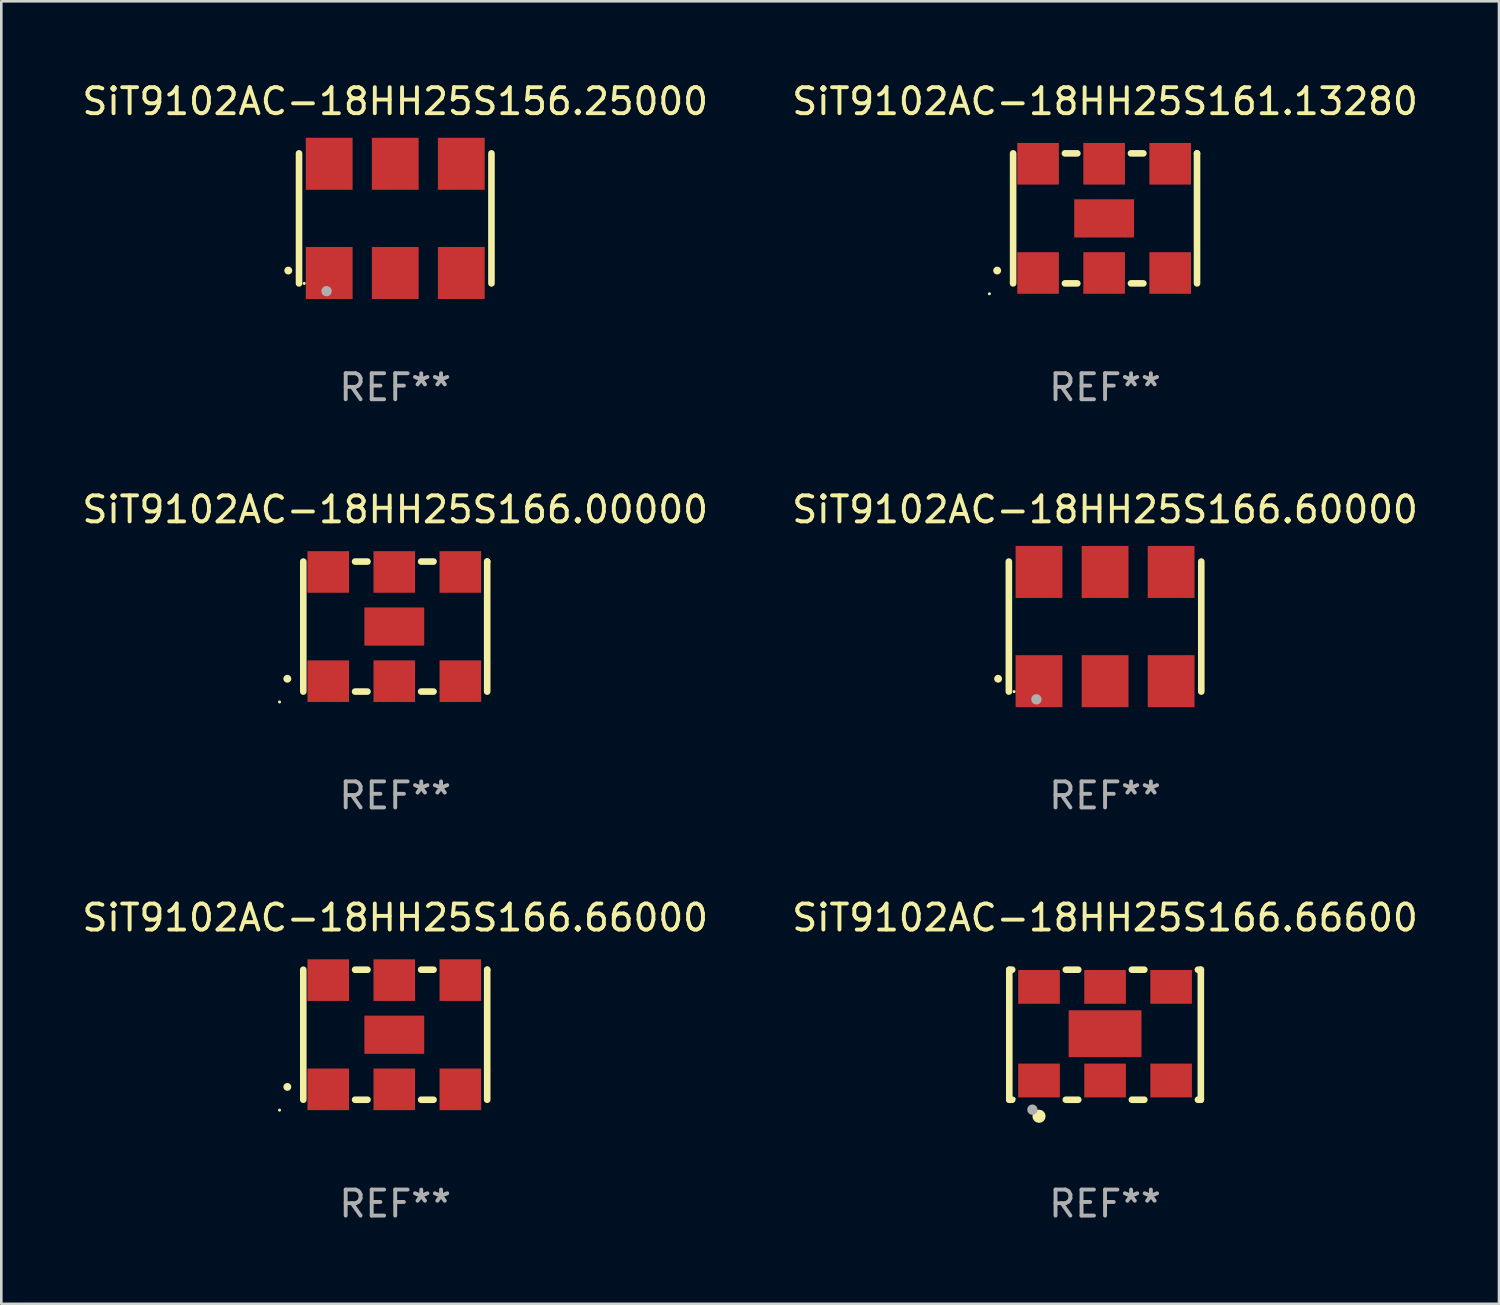
<source format=kicad_pcb>
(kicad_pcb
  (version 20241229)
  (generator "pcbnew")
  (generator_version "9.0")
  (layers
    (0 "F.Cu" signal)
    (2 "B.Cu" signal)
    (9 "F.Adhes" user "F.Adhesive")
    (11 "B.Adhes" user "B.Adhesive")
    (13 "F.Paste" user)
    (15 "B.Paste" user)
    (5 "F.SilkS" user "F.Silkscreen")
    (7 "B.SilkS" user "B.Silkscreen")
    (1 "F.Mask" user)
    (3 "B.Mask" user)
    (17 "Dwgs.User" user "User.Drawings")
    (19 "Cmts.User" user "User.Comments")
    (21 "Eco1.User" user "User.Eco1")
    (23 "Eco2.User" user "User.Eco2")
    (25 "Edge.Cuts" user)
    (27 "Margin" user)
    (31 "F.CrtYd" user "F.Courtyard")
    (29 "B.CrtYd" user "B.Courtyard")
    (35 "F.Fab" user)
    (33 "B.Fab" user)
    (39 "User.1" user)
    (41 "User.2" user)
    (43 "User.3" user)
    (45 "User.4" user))
  (footprint "SiT9102AC-18HH25S166.00000"
    (layer "F.Cu")
    (at 12.149 21.045)
    (property "Reference" "SiT9102AC-18HH25S166.00000" (at 0 -4.5 0) (layer "F.SilkS") (effects (font (size 1 1) (thickness 0.15))))
    (attr through_hole)
    (fp_line (start -3.536 -2.5) (end -3.536 2.5) (stroke (width 0.254) (type solid)) (layer "F.SilkS"))
    (fp_line (start -1.544 2.5) (end -1.067 2.5) (stroke (width 0.254) (type solid)) (layer "F.SilkS"))
    (fp_line (start -1.067 -2.5) (end -1.544 -2.5) (stroke (width 0.254) (type solid)) (layer "F.SilkS"))
    (fp_line (start 0.996 2.5) (end 1.473 2.5) (stroke (width 0.254) (type solid)) (layer "F.SilkS"))
    (fp_line (start 1.473 -2.5) (end 0.996 -2.5) (stroke (width 0.254) (type solid)) (layer "F.SilkS"))
    (fp_line (start 3.536 -2.5) (end 3.536 -2.5) (stroke (width 0.254) (type solid)) (layer "F.SilkS"))
    (fp_line (start 3.536 2.5) (end 3.536 -2.5) (stroke (width 0.254) (type solid)) (layer "F.SilkS"))
    (fp_arc (start -4.150432 2.006604) (mid -4.149162 2.006599) (end -4.147892 2.006604) (stroke (width 0.3) (type solid)) (layer "F.SilkS"))
    (fp_circle (center -4.449 2.9) (end -4.419 2.9) (stroke (width 0.06) (type solid)) (fill no) (layer "F.SilkS"))
    (fp_text user "REF**" (at 0 6.5 0) (layer "F.Fab") (effects (font (size 1 1) (thickness 0.15))))
    (pad "1" smd rect (at -2.576 2.1) (size 1.6 1.6) (layers "F.Cu" "F.Mask" "F.Paste"))
    (pad "2" smd rect (at -0.036 2.1) (size 1.6 1.6) (layers "F.Cu" "F.Mask" "F.Paste"))
    (pad "3" smd rect (at 2.504 2.1) (size 1.6 1.6) (layers "F.Cu" "F.Mask" "F.Paste"))
    (pad "4" smd rect (at 2.504 -2.1) (size 1.6 1.6) (layers "F.Cu" "F.Mask" "F.Paste"))
    (pad "5" smd rect (at -0.036 -2.1) (size 1.6 1.6) (layers "F.Cu" "F.Mask" "F.Paste"))
    (pad "6" smd rect (at -2.576 -2.1) (size 1.6 1.6) (layers "F.Cu" "F.Mask" "F.Paste"))
    (pad "7" smd rect (at -0.036 0) (size 2.3 1.47) (layers "F.Cu" "F.Mask" "F.Paste")))
  (footprint "SiT9102AC-18HH25S161.13280"
    (layer "F.Cu")
    (at 39.446 5.348)
    (property "Reference" "SiT9102AC-18HH25S161.13280" (at 0 -4.5 0) (layer "F.SilkS") (effects (font (size 1 1) (thickness 0.15))))
    (attr through_hole)
    (fp_line (start -3.536 -2.5) (end -3.536 2.5) (stroke (width 0.254) (type solid)) (layer "F.SilkS"))
    (fp_line (start -1.544 2.5) (end -1.067 2.5) (stroke (width 0.254) (type solid)) (layer "F.SilkS"))
    (fp_line (start -1.067 -2.5) (end -1.544 -2.5) (stroke (width 0.254) (type solid)) (layer "F.SilkS"))
    (fp_line (start 0.996 2.5) (end 1.473 2.5) (stroke (width 0.254) (type solid)) (layer "F.SilkS"))
    (fp_line (start 1.473 -2.5) (end 0.996 -2.5) (stroke (width 0.254) (type solid)) (layer "F.SilkS"))
    (fp_line (start 3.536 -2.5) (end 3.536 -2.5) (stroke (width 0.254) (type solid)) (layer "F.SilkS"))
    (fp_line (start 3.536 2.5) (end 3.536 -2.5) (stroke (width 0.254) (type solid)) (layer "F.SilkS"))
    (fp_arc (start -4.150432 2.006604) (mid -4.149162 2.006599) (end -4.147892 2.006604) (stroke (width 0.3) (type solid)) (layer "F.SilkS"))
    (fp_circle (center -4.449 2.9) (end -4.419 2.9) (stroke (width 0.06) (type solid)) (fill no) (layer "F.SilkS"))
    (fp_text user "REF**" (at 0 6.5 0) (layer "F.Fab") (effects (font (size 1 1) (thickness 0.15))))
    (pad "1" smd rect (at -2.576 2.1) (size 1.6 1.6) (layers "F.Cu" "F.Mask" "F.Paste"))
    (pad "2" smd rect (at -0.036 2.1) (size 1.6 1.6) (layers "F.Cu" "F.Mask" "F.Paste"))
    (pad "3" smd rect (at 2.504 2.1) (size 1.6 1.6) (layers "F.Cu" "F.Mask" "F.Paste"))
    (pad "4" smd rect (at 2.504 -2.1) (size 1.6 1.6) (layers "F.Cu" "F.Mask" "F.Paste"))
    (pad "5" smd rect (at -0.036 -2.1) (size 1.6 1.6) (layers "F.Cu" "F.Mask" "F.Paste"))
    (pad "6" smd rect (at -2.576 -2.1) (size 1.6 1.6) (layers "F.Cu" "F.Mask" "F.Paste"))
    (pad "7" smd rect (at -0.036 0) (size 2.3 1.47) (layers "F.Cu" "F.Mask" "F.Paste")))
  (footprint "SiT9102AC-18HH25S166.60000"
    (layer "F.Cu")
    (at 39.446 21.045)
    (property "Reference" "SiT9102AC-18HH25S166.60000" (at 0 -4.5 0) (layer "F.SilkS") (effects (font (size 1 1) (thickness 0.15))))
    (attr through_hole)
    (fp_line (start -3.7 -2.5) (end -3.7 2.5) (stroke (width 0.254) (type solid)) (layer "F.SilkS"))
    (fp_line (start 3.7 -2.5) (end 3.7 2.5) (stroke (width 0.254) (type solid)) (layer "F.SilkS"))
    (fp_arc (start -4.114415 2.006604) (mid -4.113145 2.006599) (end -4.111875 2.006604) (stroke (width 0.3) (type solid)) (layer "F.SilkS"))
    (fp_circle (center -3.5 2.501) (end -3.47 2.501) (stroke (width 0.06) (type solid)) (fill no) (layer "F.SilkS"))
    (fp_circle (center -2.641 2.799) (end -2.541 2.799) (stroke (width 0.2) (type solid)) (fill no) (layer "F.Fab"))
    (fp_text user "REF**" (at 0 6.5 0) (layer "F.Fab") (effects (font (size 1 1) (thickness 0.15))))
    (pad "1" smd rect (at -2.54 2.1) (size 1.8 2) (layers "F.Cu" "F.Mask" "F.Paste"))
    (pad "2" smd rect (at 0.000394 2.1) (size 1.8 2) (layers "F.Cu" "F.Mask" "F.Paste"))
    (pad "3" smd rect (at 2.54 2.1) (size 1.8 2) (layers "F.Cu" "F.Mask" "F.Paste"))
    (pad "4" smd rect (at 2.54 -2.1) (size 1.8 2) (layers "F.Cu" "F.Mask" "F.Paste"))
    (pad "5" smd rect (at 0.000394 -2.1) (size 1.8 2) (layers "F.Cu" "F.Mask" "F.Paste"))
    (pad "6" smd rect (at -2.54 -2.1) (size 1.8 2) (layers "F.Cu" "F.Mask" "F.Paste")))
  (footprint "SiT9102AC-18HH25S166.66600"
    (layer "F.Cu")
    (at 39.446 36.741)
    (property "Reference" "SiT9102AC-18HH25S166.66600" (at 0 -4.5 0) (layer "F.SilkS") (effects (font (size 1 1) (thickness 0.15))))
    (attr through_hole)
    (fp_line (start -3.683 -2.5) (end -3.571 -2.5) (stroke (width 0.254) (type solid)) (layer "F.SilkS"))
    (fp_line (start -3.683 2.5) (end -3.683 -2.5) (stroke (width 0.254) (type solid)) (layer "F.SilkS"))
    (fp_line (start -3.683 2.5) (end -3.571 2.5) (stroke (width 0.254) (type solid)) (layer "F.SilkS"))
    (fp_line (start -1.509 -2.5) (end -1.031 -2.5) (stroke (width 0.254) (type solid)) (layer "F.SilkS"))
    (fp_line (start -1.509 2.5) (end -1.031 2.5) (stroke (width 0.254) (type solid)) (layer "F.SilkS"))
    (fp_line (start 1.031 -2.5) (end 1.509 -2.5) (stroke (width 0.254) (type solid)) (layer "F.SilkS"))
    (fp_line (start 1.031 2.5) (end 1.509 2.5) (stroke (width 0.254) (type solid)) (layer "F.SilkS"))
    (fp_line (start 3.571 -2.5) (end 3.683 -2.5) (stroke (width 0.254) (type solid)) (layer "F.SilkS"))
    (fp_line (start 3.571 2.5) (end 3.683 2.5) (stroke (width 0.254) (type solid)) (layer "F.SilkS"))
    (fp_line (start 3.683 2.5) (end 3.683 -2.5) (stroke (width 0.254) (type solid)) (layer "F.SilkS"))
    (fp_circle (center -3.5 2.46) (end -3.47 2.46) (stroke (width 0.06) (type solid)) (fill no) (layer "F.SilkS"))
    (fp_circle (center -2.54 3.135) (end -2.413 3.135) (stroke (width 0.254) (type solid)) (fill no) (layer "F.SilkS"))
    (fp_circle (center -2.794 2.881) (end -2.694 2.881) (stroke (width 0.2) (type solid)) (fill no) (layer "F.Fab"))
    (fp_text user "REF**" (at 0 6.5 0) (layer "F.Fab") (effects (font (size 1 1) (thickness 0.15))))
    (pad "1" smd rect (at -2.54 1.76) (size 1.6 1.3) (layers "F.Cu" "F.Mask" "F.Paste"))
    (pad "2" smd rect (at 0 1.76) (size 1.6 1.3) (layers "F.Cu" "F.Mask" "F.Paste"))
    (pad "3" smd rect (at 2.54 1.76) (size 1.6 1.3) (layers "F.Cu" "F.Mask" "F.Paste"))
    (pad "4" smd rect (at 2.54 -1.84) (size 1.6 1.3) (layers "F.Cu" "F.Mask" "F.Paste"))
    (pad "5" smd rect (at 0 -1.84) (size 1.6 1.3) (layers "F.Cu" "F.Mask" "F.Paste"))
    (pad "6" smd rect (at -2.54 -1.84) (size 1.6 1.3) (layers "F.Cu" "F.Mask" "F.Paste"))
    (pad "7" smd rect (at 0 -0.04) (size 2.8 1.8) (layers "F.Cu" "F.Mask" "F.Paste")))
  (footprint "SiT9102AC-18HH25S156.25000"
    (layer "F.Cu")
    (at 12.149 5.348)
    (property "Reference" "SiT9102AC-18HH25S156.25000" (at 0 -4.5 0) (layer "F.SilkS") (effects (font (size 1 1) (thickness 0.15))))
    (attr through_hole)
    (fp_line (start -3.7 -2.5) (end -3.7 2.5) (stroke (width 0.254) (type solid)) (layer "F.SilkS"))
    (fp_line (start 3.7 -2.5) (end 3.7 2.5) (stroke (width 0.254) (type solid)) (layer "F.SilkS"))
    (fp_arc (start -4.114415 2.006604) (mid -4.113145 2.006599) (end -4.111875 2.006604) (stroke (width 0.3) (type solid)) (layer "F.SilkS"))
    (fp_circle (center -3.5 2.501) (end -3.47 2.501) (stroke (width 0.06) (type solid)) (fill no) (layer "F.SilkS"))
    (fp_circle (center -2.641 2.799) (end -2.541 2.799) (stroke (width 0.2) (type solid)) (fill no) (layer "F.Fab"))
    (fp_text user "REF**" (at 0 6.5 0) (layer "F.Fab") (effects (font (size 1 1) (thickness 0.15))))
    (pad "1" smd rect (at -2.54 2.1) (size 1.8 2) (layers "F.Cu" "F.Mask" "F.Paste"))
    (pad "2" smd rect (at 0.000394 2.1) (size 1.8 2) (layers "F.Cu" "F.Mask" "F.Paste"))
    (pad "3" smd rect (at 2.54 2.1) (size 1.8 2) (layers "F.Cu" "F.Mask" "F.Paste"))
    (pad "4" smd rect (at 2.54 -2.1) (size 1.8 2) (layers "F.Cu" "F.Mask" "F.Paste"))
    (pad "5" smd rect (at 0.000394 -2.1) (size 1.8 2) (layers "F.Cu" "F.Mask" "F.Paste"))
    (pad "6" smd rect (at -2.54 -2.1) (size 1.8 2) (layers "F.Cu" "F.Mask" "F.Paste")))
  (footprint "SiT9102AC-18HH25S166.66000"
    (layer "F.Cu")
    (at 12.149 36.741)
    (property "Reference" "SiT9102AC-18HH25S166.66000" (at 0 -4.5 0) (layer "F.SilkS") (effects (font (size 1 1) (thickness 0.15))))
    (attr through_hole)
    (fp_line (start -3.536 -2.5) (end -3.536 2.5) (stroke (width 0.254) (type solid)) (layer "F.SilkS"))
    (fp_line (start -1.544 2.5) (end -1.067 2.5) (stroke (width 0.254) (type solid)) (layer "F.SilkS"))
    (fp_line (start -1.067 -2.5) (end -1.544 -2.5) (stroke (width 0.254) (type solid)) (layer "F.SilkS"))
    (fp_line (start 0.996 2.5) (end 1.473 2.5) (stroke (width 0.254) (type solid)) (layer "F.SilkS"))
    (fp_line (start 1.473 -2.5) (end 0.996 -2.5) (stroke (width 0.254) (type solid)) (layer "F.SilkS"))
    (fp_line (start 3.536 -2.5) (end 3.536 -2.5) (stroke (width 0.254) (type solid)) (layer "F.SilkS"))
    (fp_line (start 3.536 2.5) (end 3.536 -2.5) (stroke (width 0.254) (type solid)) (layer "F.SilkS"))
    (fp_arc (start -4.150432 2.006604) (mid -4.149162 2.006599) (end -4.147892 2.006604) (stroke (width 0.3) (type solid)) (layer "F.SilkS"))
    (fp_circle (center -4.449 2.9) (end -4.419 2.9) (stroke (width 0.06) (type solid)) (fill no) (layer "F.SilkS"))
    (fp_text user "REF**" (at 0 6.5 0) (layer "F.Fab") (effects (font (size 1 1) (thickness 0.15))))
    (pad "1" smd rect (at -2.576 2.1) (size 1.6 1.6) (layers "F.Cu" "F.Mask" "F.Paste"))
    (pad "2" smd rect (at -0.036 2.1) (size 1.6 1.6) (layers "F.Cu" "F.Mask" "F.Paste"))
    (pad "3" smd rect (at 2.504 2.1) (size 1.6 1.6) (layers "F.Cu" "F.Mask" "F.Paste"))
    (pad "4" smd rect (at 2.504 -2.1) (size 1.6 1.6) (layers "F.Cu" "F.Mask" "F.Paste"))
    (pad "5" smd rect (at -0.036 -2.1) (size 1.6 1.6) (layers "F.Cu" "F.Mask" "F.Paste"))
    (pad "6" smd rect (at -2.576 -2.1) (size 1.6 1.6) (layers "F.Cu" "F.Mask" "F.Paste"))
    (pad "7" smd rect (at -0.036 0) (size 2.3 1.47) (layers "F.Cu" "F.Mask" "F.Paste")))
  (gr_rect
    (start -3 -3)
    (end 54.595 47.09)
    (stroke (width 0.1) (type default))
    (fill no)
    (layer "Edge.Cuts")))
</source>
